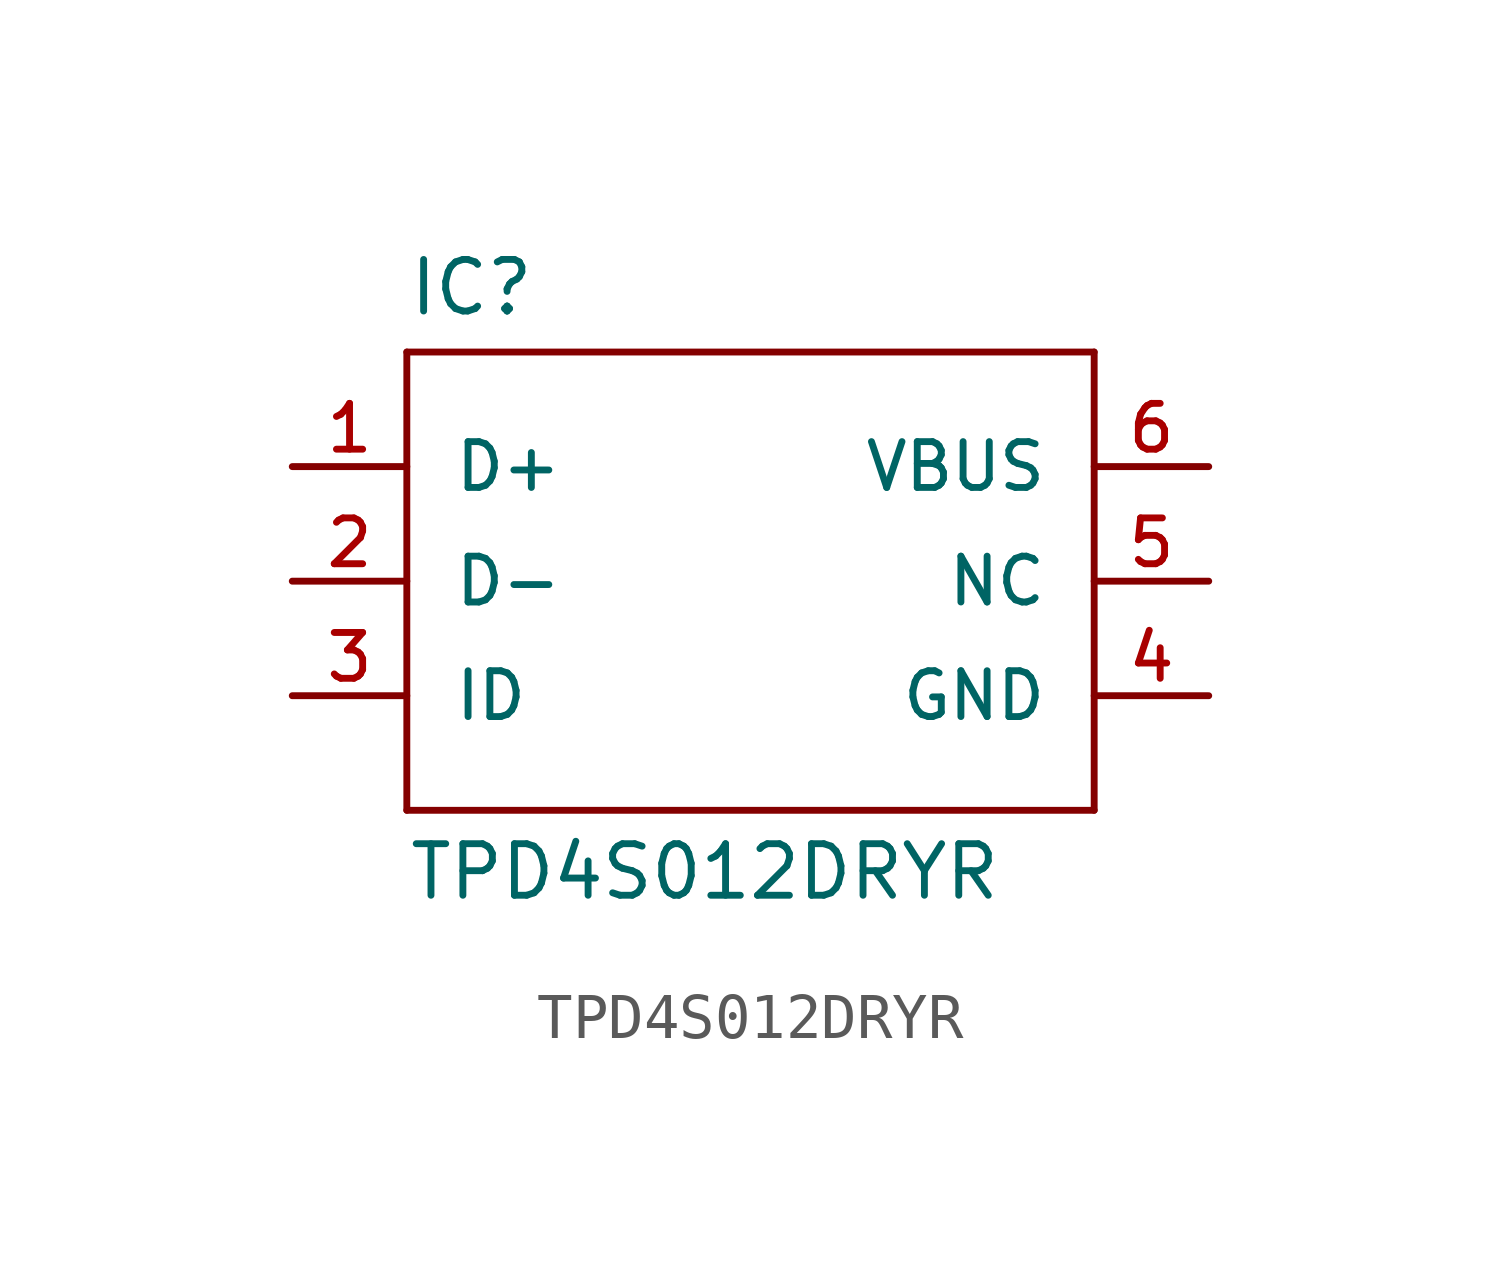
<source format=kicad_sym>
(kicad_symbol_lib
  (version 20211014)
  (generator kicad_symbol_editor)
  (symbol "TPD4S012DRYR"
    (pin_names
      (offset 1.016))
    (property "Reference" "IC"
      (at -7.62 5.842 0)
      (effects (font (size 1.143 1.143)) (justify left bottom)))
    (property "Value" "TPD4S012DRYR"
      (at -7.62 -7.112 0)
      (effects (font (size 1.143 1.143)) (justify left bottom)))
    (property "ki_locked" ""
      (at 0 0 0)
      (effects (font (size 1.27 1.27))))
    (symbol "TPD4S012DRYR_1_0"
      (polyline (pts (xy -7.62 -5.08) (xy -7.62 5.08)) (stroke (width 0) (type default) (color 0 0 0 0)) (fill (type none)))
      (polyline (pts (xy -7.62 5.08) (xy 7.62 5.08)) (stroke (width 0) (type default) (color 0 0 0 0)) (fill (type none)))
      (polyline (pts (xy 7.62 -5.08) (xy -7.62 -5.08)) (stroke (width 0) (type default) (color 0 0 0 0)) (fill (type none)))
      (polyline (pts (xy 7.62 5.08) (xy 7.62 -5.08)) (stroke (width 0) (type default) (color 0 0 0 0)) (fill (type none))))
    (symbol "TPD4S012DRYR_1_1"
      (pin bidirectional line (at -10.16 2.54 0) (length 2.54) (name "D+" (effects (font (size 1.016 1.016)))) (number "1" (effects (font (size 1.016 1.016)))))
      (pin bidirectional line (at -10.16 0 0) (length 2.54) (name "D-" (effects (font (size 1.016 1.016)))) (number "2" (effects (font (size 1.016 1.016)))))
      (pin bidirectional line (at -10.16 -2.54 0) (length 2.54) (name "ID" (effects (font (size 1.016 1.016)))) (number "3" (effects (font (size 1.016 1.016)))))
      (pin bidirectional line (at 10.16 -2.54 180) (length 2.54) (name "GND" (effects (font (size 1.016 1.016)))) (number "4" (effects (font (size 1.016 1.016)))))
      (pin bidirectional line (at 10.16 0 180) (length 2.54) (name "NC" (effects (font (size 1.016 1.016)))) (number "5" (effects (font (size 1.016 1.016)))))
      (pin bidirectional line (at 10.16 2.54 180) (length 2.54) (name "VBUS" (effects (font (size 1.016 1.016)))) (number "6" (effects (font (size 1.016 1.016))))))))
</source>
